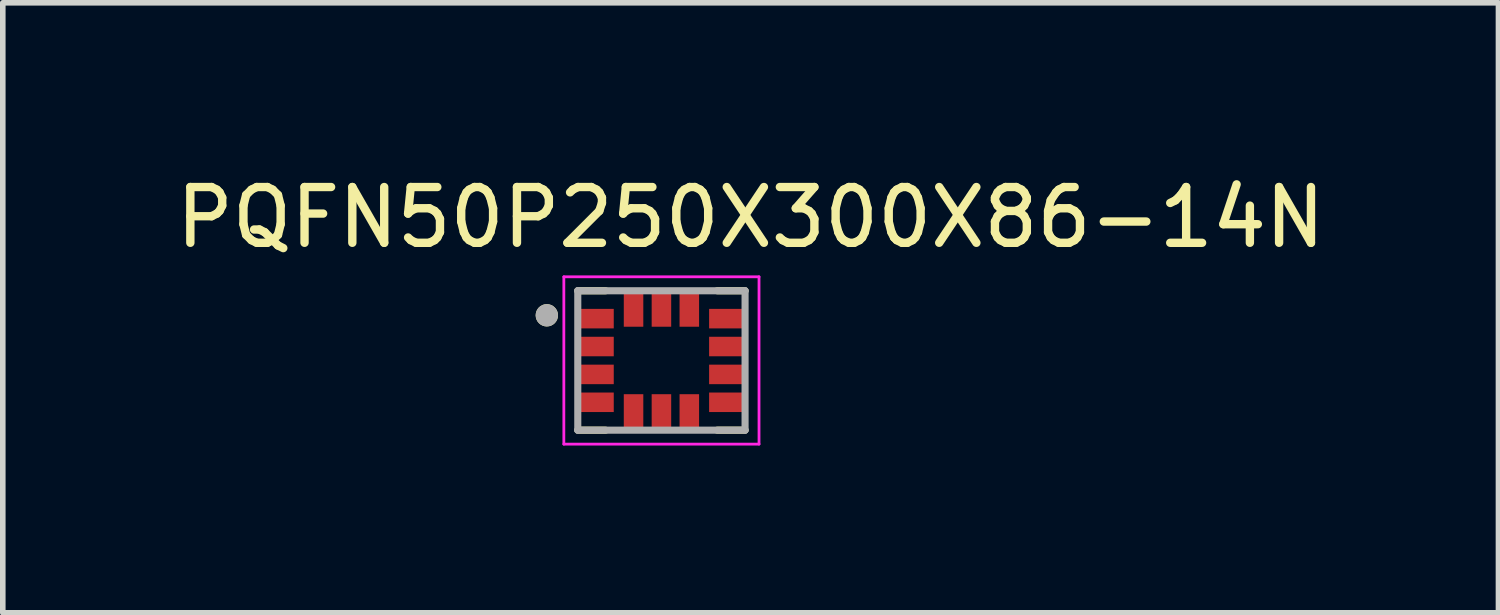
<source format=kicad_pcb>
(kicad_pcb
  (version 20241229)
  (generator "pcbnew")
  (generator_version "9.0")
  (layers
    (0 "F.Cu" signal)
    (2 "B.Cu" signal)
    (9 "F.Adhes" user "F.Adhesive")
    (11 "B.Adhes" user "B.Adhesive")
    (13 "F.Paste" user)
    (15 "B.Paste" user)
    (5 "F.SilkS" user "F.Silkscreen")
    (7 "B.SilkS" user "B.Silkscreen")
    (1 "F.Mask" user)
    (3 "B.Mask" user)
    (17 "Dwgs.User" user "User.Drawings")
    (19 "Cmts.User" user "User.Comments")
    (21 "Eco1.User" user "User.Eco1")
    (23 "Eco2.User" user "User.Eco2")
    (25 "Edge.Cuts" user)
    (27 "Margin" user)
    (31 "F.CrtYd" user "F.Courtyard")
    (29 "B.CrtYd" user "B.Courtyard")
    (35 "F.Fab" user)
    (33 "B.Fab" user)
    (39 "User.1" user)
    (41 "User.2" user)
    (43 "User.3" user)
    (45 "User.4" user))
  (footprint "PQFN50P250X300X86-14N"
    (layer "F.Cu")
    (at 8.811 3.414)
    (property "Reference" "PQFN50P250X300X86-14N" (at 1.6 -2.565 0) (layer "F.SilkS") (effects (font (size 1 1) (thickness 0.15))))
    (attr smd)
    (fp_poly (pts (xy -1.515 -0.975) (xy -0.805 -0.975) (xy -0.805 -0.525) (xy -1.515 -0.525)) (stroke (width 0.01) (type solid)) (fill yes) (layer "F.Mask"))
    (fp_poly (pts (xy -1.515 -0.475) (xy -0.805 -0.475) (xy -0.805 -0.025) (xy -1.515 -0.025)) (stroke (width 0.01) (type solid)) (fill yes) (layer "F.Mask"))
    (fp_poly (pts (xy -1.515 0.025) (xy -0.805 0.025) (xy -0.805 0.475) (xy -1.515 0.475)) (stroke (width 0.01) (type solid)) (fill yes) (layer "F.Mask"))
    (fp_poly (pts (xy -1.515 0.525) (xy -0.805 0.525) (xy -0.805 0.975) (xy -1.515 0.975)) (stroke (width 0.01) (type solid)) (fill yes) (layer "F.Mask"))
    (fp_poly (pts (xy -0.725 -1.265) (xy -0.275 -1.265) (xy -0.275 -0.555) (xy -0.725 -0.555)) (stroke (width 0.01) (type solid)) (fill yes) (layer "F.Mask"))
    (fp_poly (pts (xy -0.725 0.555) (xy -0.275 0.555) (xy -0.275 1.265) (xy -0.725 1.265)) (stroke (width 0.01) (type solid)) (fill yes) (layer "F.Mask"))
    (fp_poly (pts (xy -0.225 -1.265) (xy 0.225 -1.265) (xy 0.225 -0.555) (xy -0.225 -0.555)) (stroke (width 0.01) (type solid)) (fill yes) (layer "F.Mask"))
    (fp_poly (pts (xy -0.225 0.555) (xy 0.225 0.555) (xy 0.225 1.265) (xy -0.225 1.265)) (stroke (width 0.01) (type solid)) (fill yes) (layer "F.Mask"))
    (fp_poly (pts (xy 0.275 -1.265) (xy 0.725 -1.265) (xy 0.725 -0.555) (xy 0.275 -0.555)) (stroke (width 0.01) (type solid)) (fill yes) (layer "F.Mask"))
    (fp_poly (pts (xy 0.275 0.555) (xy 0.725 0.555) (xy 0.725 1.265) (xy 0.275 1.265)) (stroke (width 0.01) (type solid)) (fill yes) (layer "F.Mask"))
    (fp_poly (pts (xy 0.805 -0.975) (xy 1.515 -0.975) (xy 1.515 -0.525) (xy 0.805 -0.525)) (stroke (width 0.01) (type solid)) (fill yes) (layer "F.Mask"))
    (fp_poly (pts (xy 0.805 -0.475) (xy 1.515 -0.475) (xy 1.515 -0.025) (xy 0.805 -0.025)) (stroke (width 0.01) (type solid)) (fill yes) (layer "F.Mask"))
    (fp_poly (pts (xy 0.805 0.025) (xy 1.515 0.025) (xy 1.515 0.475) (xy 0.805 0.475)) (stroke (width 0.01) (type solid)) (fill yes) (layer "F.Mask"))
    (fp_poly (pts (xy 0.805 0.525) (xy 1.515 0.525) (xy 1.515 0.975) (xy 0.805 0.975)) (stroke (width 0.01) (type solid)) (fill yes) (layer "F.Mask"))
    (fp_line (start -1.5 -1.25) (end -1 -1.25) (stroke (width 0.127) (type solid)) (layer "F.SilkS"))
    (fp_line (start -1.5 1.25) (end -1 1.25) (stroke (width 0.127) (type solid)) (layer "F.SilkS"))
    (fp_line (start 1.5 -1.25) (end 1 -1.25) (stroke (width 0.127) (type solid)) (layer "F.SilkS"))
    (fp_line (start 1.5 1.25) (end 1 1.25) (stroke (width 0.127) (type solid)) (layer "F.SilkS"))
    (fp_circle (center -2.055 -0.81) (end -1.955 -0.81) (stroke (width 0.2) (type solid)) (fill no) (layer "F.SilkS"))
    (fp_line (start -1.75 -1.5) (end 1.75 -1.5) (stroke (width 0.05) (type solid)) (layer "F.CrtYd"))
    (fp_line (start -1.75 1.5) (end -1.75 -1.5) (stroke (width 0.05) (type solid)) (layer "F.CrtYd"))
    (fp_line (start 1.75 -1.5) (end 1.75 1.5) (stroke (width 0.05) (type solid)) (layer "F.CrtYd"))
    (fp_line (start 1.75 1.5) (end -1.75 1.5) (stroke (width 0.05) (type solid)) (layer "F.CrtYd"))
    (fp_line (start -1.5 -1.25) (end 1.5 -1.25) (stroke (width 0.127) (type solid)) (layer "F.Fab"))
    (fp_line (start -1.5 1.25) (end -1.5 -1.25) (stroke (width 0.127) (type solid)) (layer "F.Fab"))
    (fp_line (start -1.5 1.25) (end 1.5 1.25) (stroke (width 0.127) (type solid)) (layer "F.Fab"))
    (fp_line (start 1.5 -1.25) (end 1.5 1.25) (stroke (width 0.127) (type solid)) (layer "F.Fab"))
    (fp_circle (center -2.055 -0.81) (end -1.955 -0.81) (stroke (width 0.2) (type solid)) (fill no) (layer "F.Fab"))
    (pad "1" smd rect (at -1.16 -0.75) (size 0.61 0.35) (layers "F.Cu" "F.Paste"))
    (pad "2" smd rect (at -1.16 -0.25) (size 0.61 0.35) (layers "F.Cu" "F.Paste"))
    (pad "3" smd rect (at -1.16 0.25) (size 0.61 0.35) (layers "F.Cu" "F.Paste"))
    (pad "4" smd rect (at -1.16 0.75) (size 0.61 0.35) (layers "F.Cu" "F.Paste"))
    (pad "5" smd rect (at -0.5 0.91) (size 0.35 0.61) (layers "F.Cu" "F.Paste"))
    (pad "6" smd rect (at 0 0.91) (size 0.35 0.61) (layers "F.Cu" "F.Paste"))
    (pad "7" smd rect (at 0.5 0.91) (size 0.35 0.61) (layers "F.Cu" "F.Paste"))
    (pad "8" smd rect (at 1.16 0.75) (size 0.61 0.35) (layers "F.Cu" "F.Paste"))
    (pad "9" smd rect (at 1.16 0.25) (size 0.61 0.35) (layers "F.Cu" "F.Paste"))
    (pad "10" smd rect (at 1.16 -0.25) (size 0.61 0.35) (layers "F.Cu" "F.Paste"))
    (pad "11" smd rect (at 1.16 -0.75) (size 0.61 0.35) (layers "F.Cu" "F.Paste"))
    (pad "12" smd rect (at 0.5 -0.91) (size 0.35 0.61) (layers "F.Cu" "F.Paste"))
    (pad "13" smd rect (at 0 -0.91) (size 0.35 0.61) (layers "F.Cu" "F.Paste"))
    (pad "14" smd rect (at -0.5 -0.91) (size 0.35 0.61) (layers "F.Cu" "F.Paste")))
  (gr_rect
    (start -3 -3)
    (end 23.821 7.939)
    (stroke (width 0.1) (type default))
    (fill no)
    (layer "Edge.Cuts")))
</source>
